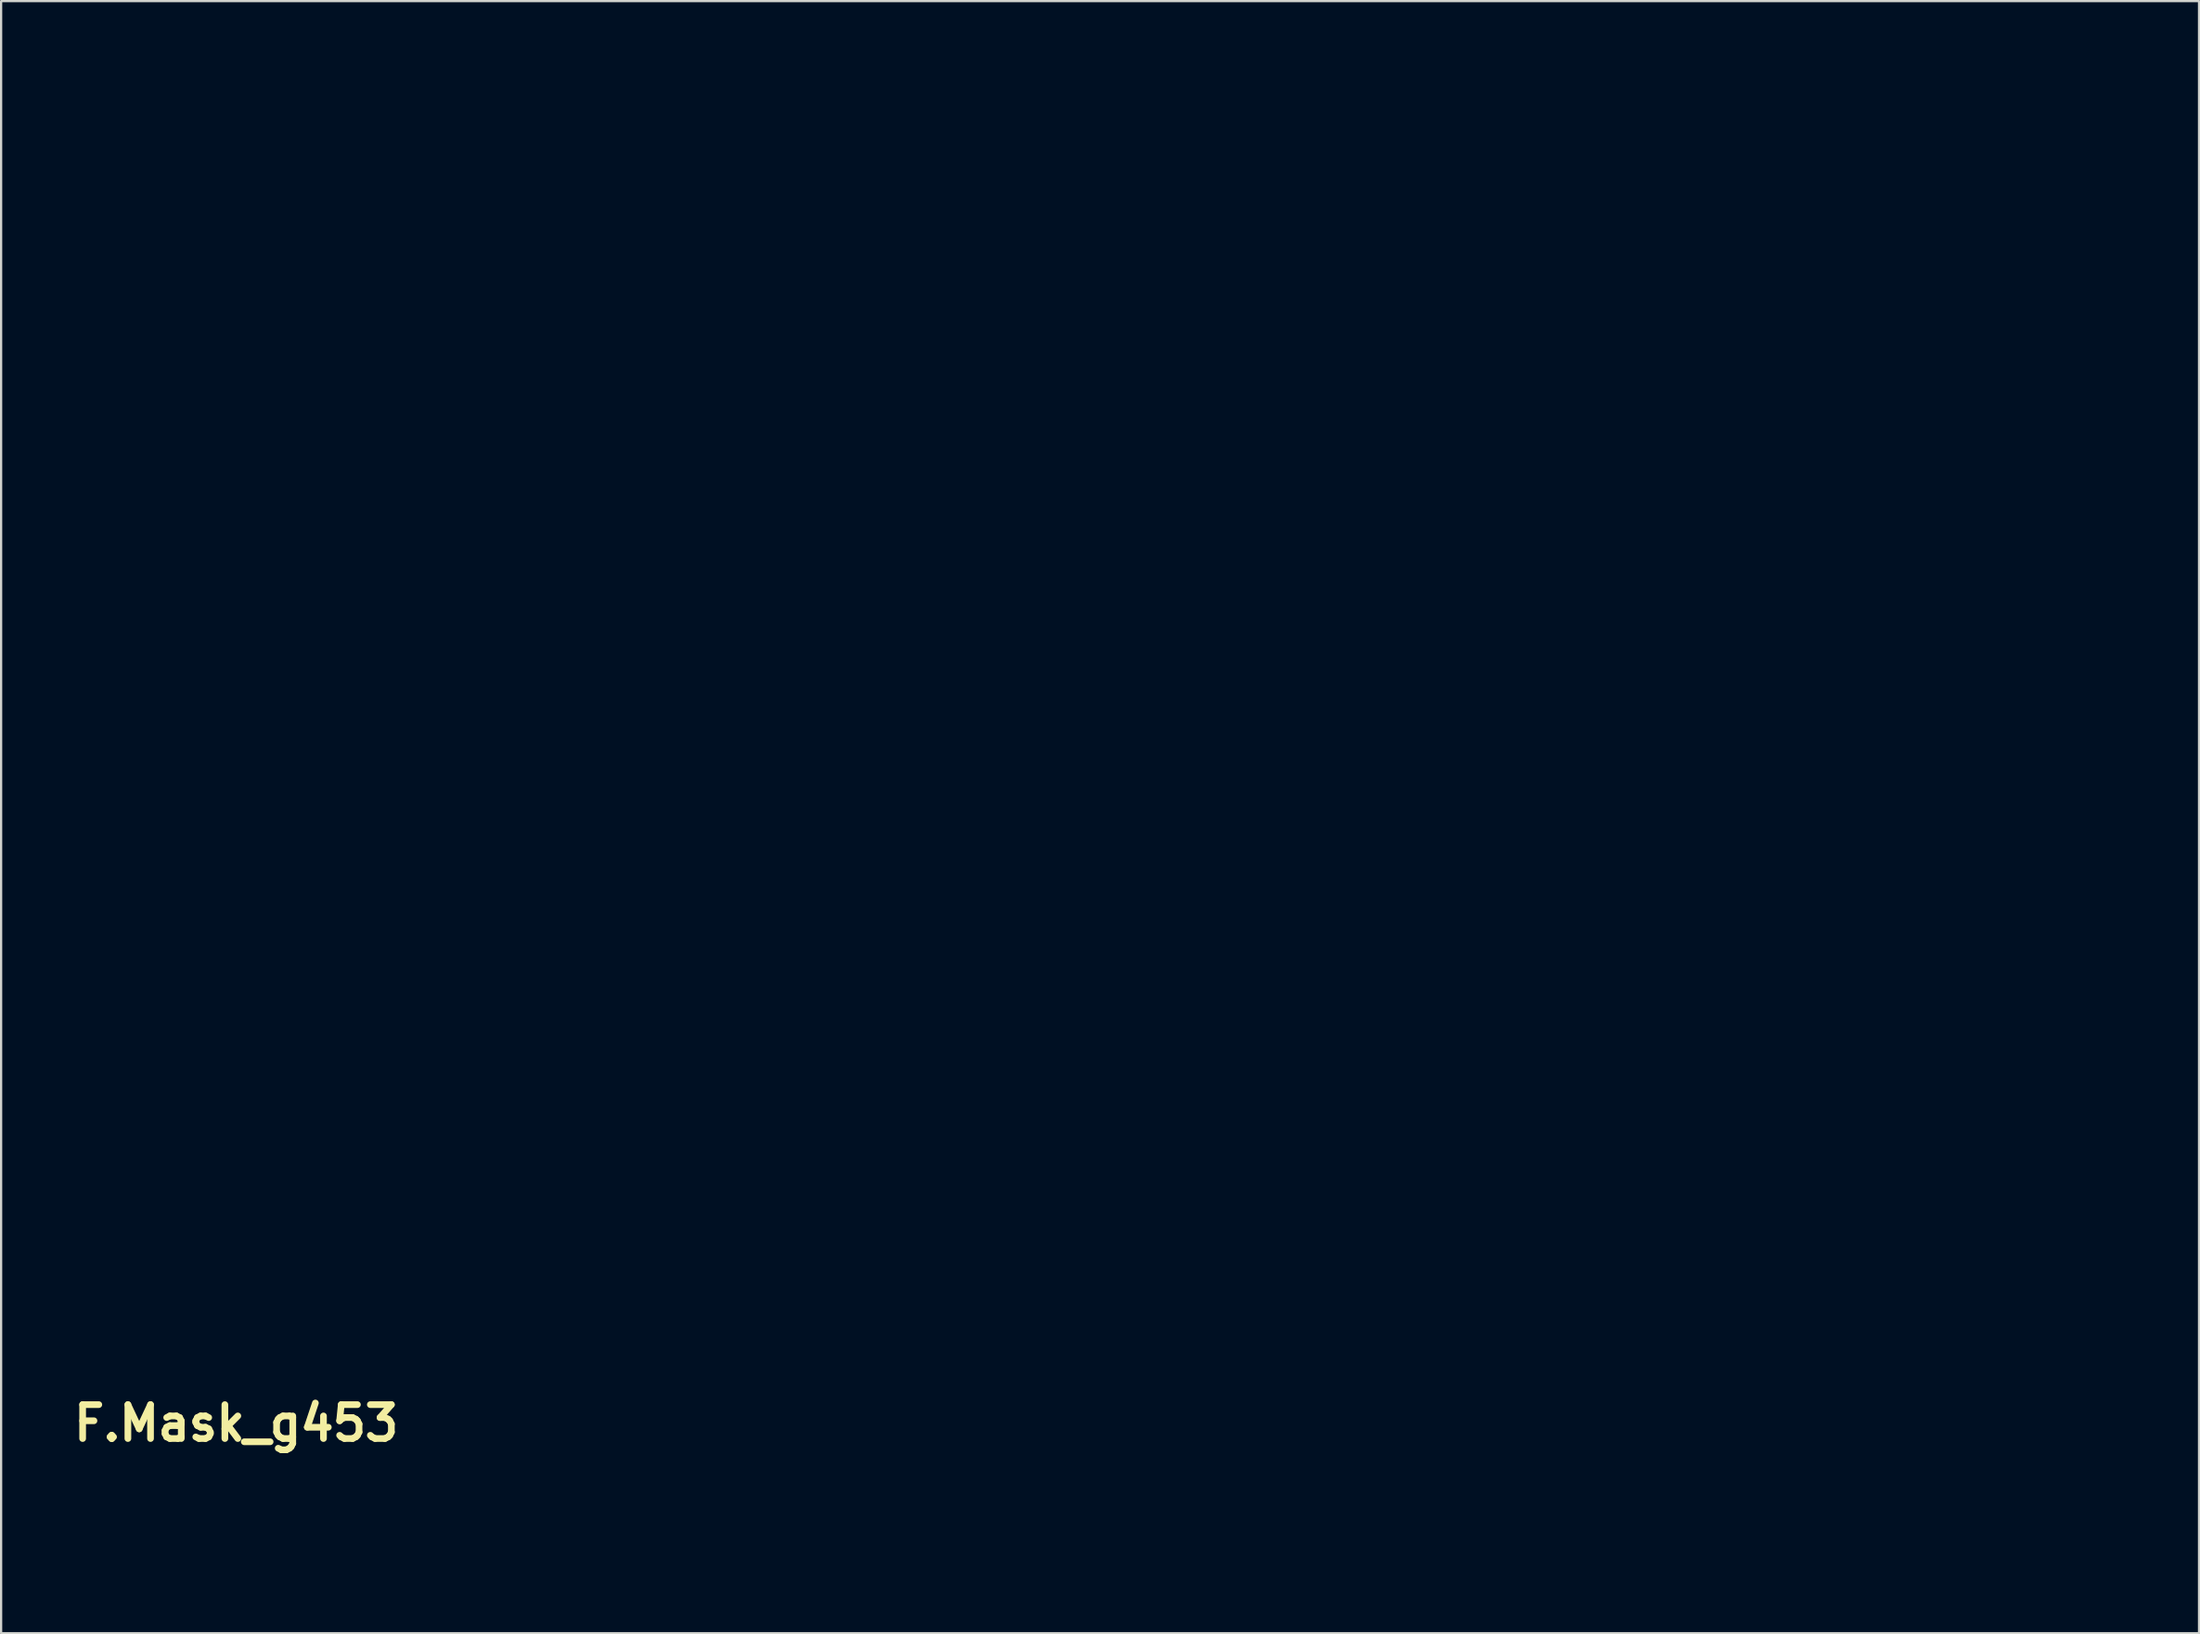
<source format=kicad_pcb>
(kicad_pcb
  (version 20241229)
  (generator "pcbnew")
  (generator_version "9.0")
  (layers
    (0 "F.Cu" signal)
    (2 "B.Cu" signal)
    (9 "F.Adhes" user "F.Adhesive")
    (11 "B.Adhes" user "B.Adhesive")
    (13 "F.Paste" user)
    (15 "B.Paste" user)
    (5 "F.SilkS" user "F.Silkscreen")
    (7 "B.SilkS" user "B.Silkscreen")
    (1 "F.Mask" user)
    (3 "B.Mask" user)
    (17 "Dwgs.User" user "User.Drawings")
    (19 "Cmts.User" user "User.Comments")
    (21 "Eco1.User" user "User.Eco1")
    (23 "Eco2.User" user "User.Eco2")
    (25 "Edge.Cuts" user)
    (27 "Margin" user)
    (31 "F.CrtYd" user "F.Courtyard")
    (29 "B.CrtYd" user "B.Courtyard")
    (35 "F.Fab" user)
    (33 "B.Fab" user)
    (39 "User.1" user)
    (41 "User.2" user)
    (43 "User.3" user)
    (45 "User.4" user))
  (footprint "F.Mask_g453"
    (layer "F.Cu")
    (at 7.555 60.888)
    (property "Reference" "F.Mask_g453" (at 0 0 0) (layer "F.SilkS") (effects (font (size 1.524 1.524) (thickness 0.3))))
    (attr through_hole)
    (fp_poly (pts (xy 70.93 -40.566) (xy 70.919 -40.555) (xy 70.908 -40.566) (xy 70.919 -40.577) (xy 70.93 -40.566)) (stroke (width 0.01) (type solid)) (fill yes) (layer "F.Mask"))
    (fp_poly (pts (xy 42.873 1.213) (xy 43.188 1.252) (xy 43.48 1.325) (xy 43.775 1.439) (xy 44.054 1.59) (xy 44.314 1.773) (xy 44.55 1.985) (xy 44.759 2.222) (xy 44.938 2.482) (xy 45.084 2.76) (xy 45.192 3.053) (xy 45.198 3.072) (xy 45.254 3.321) (xy 45.287 3.59) (xy 45.297 3.864) (xy 45.283 4.129) (xy 45.264 4.268) (xy 45.189 4.584) (xy 45.074 4.888) (xy 44.923 5.176) (xy 44.738 5.443) (xy 44.521 5.687) (xy 44.275 5.902) (xy 44.249 5.922) (xy 44.14 5.996) (xy 44.005 6.075) (xy 43.856 6.153) (xy 43.705 6.225) (xy 43.563 6.285) (xy 43.443 6.326) (xy 43.434 6.329) (xy 43.15 6.391) (xy 42.856 6.425) (xy 42.565 6.43) (xy 42.338 6.412) (xy 42.023 6.35) (xy 41.721 6.25) (xy 41.435 6.114) (xy 41.167 5.944) (xy 40.922 5.743) (xy 40.702 5.515) (xy 40.51 5.261) (xy 40.35 4.984) (xy 40.225 4.687) (xy 40.2 4.614) (xy 40.148 4.431) (xy 40.112 4.261) (xy 40.091 4.089) (xy 40.082 3.897) (xy 40.081 3.81) (xy 40.102 3.476) (xy 40.162 3.154) (xy 40.261 2.847) (xy 40.397 2.556) (xy 40.569 2.285) (xy 40.775 2.036) (xy 41.015 1.811) (xy 41.286 1.612) (xy 41.363 1.564) (xy 41.637 1.423) (xy 41.931 1.317) (xy 42.239 1.247) (xy 42.555 1.212) (xy 42.873 1.213)) (stroke (width 0.01) (type solid)) (fill yes) (layer "F.Mask"))
    (fp_poly (pts (xy 69.704 -44.791) (xy 69.824 -44.72) (xy 69.979 -44.641) (xy 70.163 -44.557) (xy 70.372 -44.47) (xy 70.598 -44.383) (xy 70.836 -44.297) (xy 71.08 -44.216) (xy 71.251 -44.164) (xy 71.567 -44.07) (xy 71.959 -44.179) (xy 72.352 -44.288) (xy 72.749 -44.178) (xy 73.145 -44.069) (xy 73.482 -44.174) (xy 73.818 -44.281) (xy 74.119 -44.386) (xy 74.384 -44.486) (xy 74.611 -44.583) (xy 74.799 -44.674) (xy 74.938 -44.754) (xy 75 -44.792) (xy 75.046 -44.819) (xy 75.067 -44.827) (xy 75.068 -44.827) (xy 75.068 -44.804) (xy 75.066 -44.749) (xy 75.06 -44.671) (xy 75.054 -44.612) (xy 75.027 -44.396) (xy 74.985 -44.175) (xy 74.932 -43.965) (xy 74.899 -43.858) (xy 74.875 -43.787) (xy 74.86 -43.734) (xy 74.855 -43.71) (xy 74.855 -43.709) (xy 74.871 -43.727) (xy 74.9 -43.774) (xy 74.936 -43.842) (xy 74.976 -43.921) (xy 75.014 -44.002) (xy 75.045 -44.075) (xy 75.059 -44.11) (xy 75.087 -44.184) (xy 75.106 -44.22) (xy 75.113 -44.218) (xy 75.11 -44.182) (xy 75.097 -44.111) (xy 75.073 -44.009) (xy 75.047 -43.909) (xy 74.943 -43.562) (xy 74.825 -43.254) (xy 74.691 -42.986) (xy 74.543 -42.756) (xy 74.381 -42.566) (xy 74.363 -42.549) (xy 74.235 -42.438) (xy 74.072 -42.316) (xy 73.877 -42.186) (xy 73.655 -42.051) (xy 73.411 -41.914) (xy 73.148 -41.776) (xy 73.004 -41.705) (xy 72.896 -41.653) (xy 72.783 -41.6) (xy 72.67 -41.547) (xy 72.564 -41.499) (xy 72.471 -41.457) (xy 72.399 -41.425) (xy 72.354 -41.407) (xy 72.341 -41.403) (xy 72.322 -41.412) (xy 72.27 -41.436) (xy 72.192 -41.473) (xy 72.094 -41.519) (xy 71.988 -41.569) (xy 71.648 -41.732) (xy 71.347 -41.886) (xy 71.081 -42.031) (xy 70.85 -42.169) (xy 70.65 -42.302) (xy 70.48 -42.431) (xy 70.337 -42.557) (xy 70.218 -42.683) (xy 70.123 -42.809) (xy 70.117 -42.818) (xy 69.986 -43.04) (xy 69.865 -43.294) (xy 69.758 -43.569) (xy 69.724 -43.677) (xy 74.824 -43.677) (xy 74.835 -43.667) (xy 74.845 -43.677) (xy 74.835 -43.688) (xy 74.824 -43.677) (xy 69.724 -43.677) (xy 69.668 -43.855) (xy 69.609 -44.098) (xy 69.595 -44.177) (xy 69.592 -44.215) (xy 69.601 -44.213) (xy 69.622 -44.17) (xy 69.654 -44.087) (xy 69.657 -44.08) (xy 69.682 -44.02) (xy 69.716 -43.946) (xy 69.755 -43.867) (xy 69.793 -43.793) (xy 69.826 -43.732) (xy 69.85 -43.695) (xy 69.857 -43.688) (xy 69.854 -43.707) (xy 69.839 -43.756) (xy 69.817 -43.829) (xy 69.803 -43.87) (xy 69.741 -44.089) (xy 69.69 -44.324) (xy 69.656 -44.552) (xy 69.646 -44.651) (xy 69.631 -44.84) (xy 69.704 -44.791)) (stroke (width 0.01) (type solid)) (fill yes) (layer "F.Mask"))
    (fp_poly (pts (xy 72.747 -60.876) (xy 72.96 -60.861) (xy 73.188 -60.839) (xy 73.438 -60.809) (xy 73.715 -60.772) (xy 73.978 -60.735) (xy 74.892 -60.588) (xy 75.826 -60.405) (xy 76.775 -60.19) (xy 77.736 -59.942) (xy 78.704 -59.663) (xy 79.675 -59.355) (xy 80.646 -59.018) (xy 81.614 -58.654) (xy 82.573 -58.263) (xy 83.52 -57.847) (xy 83.714 -57.758) (xy 83.88 -57.681) (xy 84.05 -57.6) (xy 84.22 -57.518) (xy 84.385 -57.438) (xy 84.54 -57.361) (xy 84.682 -57.29) (xy 84.804 -57.227) (xy 84.904 -57.174) (xy 84.976 -57.134) (xy 85.016 -57.109) (xy 85.021 -57.104) (xy 85.038 -57.062) (xy 85.055 -56.983) (xy 85.07 -56.871) (xy 85.084 -56.731) (xy 85.097 -56.568) (xy 85.108 -56.386) (xy 85.117 -56.191) (xy 85.123 -55.986) (xy 85.127 -55.777) (xy 85.128 -55.568) (xy 85.125 -55.364) (xy 85.124 -55.298) (xy 85.08 -54.413) (xy 84.994 -53.524) (xy 84.868 -52.632) (xy 84.701 -51.739) (xy 84.494 -50.845) (xy 84.247 -49.953) (xy 83.962 -49.064) (xy 83.637 -48.178) (xy 83.275 -47.297) (xy 82.875 -46.423) (xy 82.438 -45.557) (xy 81.965 -44.7) (xy 81.455 -43.854) (xy 80.91 -43.019) (xy 80.33 -42.197) (xy 80.14 -41.942) (xy 79.459 -41.069) (xy 78.738 -40.211) (xy 77.979 -39.37) (xy 77.18 -38.545) (xy 76.343 -37.736) (xy 75.467 -36.943) (xy 74.553 -36.167) (xy 73.6 -35.408) (xy 73.438 -35.283) (xy 73.22 -35.117) (xy 73.026 -34.971) (xy 72.857 -34.846) (xy 72.714 -34.743) (xy 72.6 -34.662) (xy 72.514 -34.605) (xy 72.459 -34.573) (xy 72.438 -34.565) (xy 72.413 -34.578) (xy 72.358 -34.613) (xy 72.278 -34.668) (xy 72.176 -34.74) (xy 72.056 -34.826) (xy 71.923 -34.923) (xy 71.786 -35.026) (xy 70.858 -35.741) (xy 69.97 -36.466) (xy 69.121 -37.203) (xy 68.308 -37.951) (xy 67.531 -38.713) (xy 66.787 -39.491) (xy 66.076 -40.285) (xy 65.98 -40.397) (xy 65.306 -41.21) (xy 64.668 -42.038) (xy 64.067 -42.877) (xy 63.504 -43.729) (xy 62.978 -44.591) (xy 62.49 -45.462) (xy 62.041 -46.343) (xy 61.631 -47.233) (xy 61.26 -48.129) (xy 60.928 -49.032) (xy 60.637 -49.94) (xy 60.386 -50.853) (xy 60.175 -51.77) (xy 60.006 -52.69) (xy 59.878 -53.612) (xy 59.792 -54.535) (xy 59.772 -54.853) (xy 59.762 -55.094) (xy 59.757 -55.353) (xy 59.756 -55.533) (xy 60.246 -55.533) (xy 60.247 -55.337) (xy 60.249 -55.154) (xy 60.252 -54.99) (xy 60.258 -54.853) (xy 60.259 -54.822) (xy 60.332 -53.912) (xy 60.447 -53.002) (xy 60.603 -52.092) (xy 60.802 -51.184) (xy 61.041 -50.278) (xy 61.322 -49.375) (xy 61.644 -48.477) (xy 62.006 -47.583) (xy 62.409 -46.694) (xy 62.654 -46.196) (xy 63.128 -45.302) (xy 63.639 -44.423) (xy 64.188 -43.559) (xy 64.774 -42.708) (xy 65.398 -41.87) (xy 66.061 -41.045) (xy 66.763 -40.232) (xy 67.504 -39.431) (xy 68.285 -38.641) (xy 69.106 -37.862) (xy 69.969 -37.092) (xy 70.136 -36.948) (xy 70.253 -36.849) (xy 70.388 -36.737) (xy 70.538 -36.614) (xy 70.7 -36.482) (xy 70.871 -36.344) (xy 71.048 -36.202) (xy 71.226 -36.06) (xy 71.404 -35.919) (xy 71.578 -35.783) (xy 71.744 -35.653) (xy 71.9 -35.532) (xy 72.043 -35.422) (xy 72.168 -35.327) (xy 72.274 -35.248) (xy 72.356 -35.189) (xy 72.412 -35.151) (xy 72.439 -35.137) (xy 72.439 -35.137) (xy 72.459 -35.149) (xy 72.509 -35.184) (xy 72.584 -35.238) (xy 72.68 -35.308) (xy 72.792 -35.391) (xy 72.916 -35.485) (xy 72.957 -35.516) (xy 73.904 -36.253) (xy 74.813 -37.006) (xy 75.683 -37.774) (xy 76.515 -38.557) (xy 77.308 -39.354) (xy 78.063 -40.167) (xy 78.779 -40.993) (xy 79.455 -41.834) (xy 80.093 -42.688) (xy 80.691 -43.556) (xy 81.249 -44.438) (xy 81.768 -45.333) (xy 82.247 -46.241) (xy 82.686 -47.162) (xy 83.085 -48.095) (xy 83.443 -49.041) (xy 83.472 -49.12) (xy 83.709 -49.839) (xy 83.922 -50.569) (xy 84.109 -51.305) (xy 84.269 -52.043) (xy 84.401 -52.779) (xy 84.505 -53.507) (xy 84.58 -54.223) (xy 84.626 -54.923) (xy 84.641 -55.602) (xy 84.636 -55.944) (xy 84.631 -56.105) (xy 84.626 -56.259) (xy 84.621 -56.4) (xy 84.616 -56.519) (xy 84.611 -56.61) (xy 84.607 -56.663) (xy 84.593 -56.801) (xy 84.296 -56.953) (xy 83.932 -57.135) (xy 83.531 -57.324) (xy 83.102 -57.519) (xy 82.647 -57.717) (xy 82.175 -57.916) (xy 81.69 -58.113) (xy 81.197 -58.306) (xy 80.704 -58.493) (xy 80.214 -58.671) (xy 79.735 -58.839) (xy 79.386 -58.956) (xy 78.474 -59.243) (xy 77.569 -59.502) (xy 76.675 -59.733) (xy 75.795 -59.934) (xy 74.93 -60.106) (xy 74.086 -60.247) (xy 73.265 -60.357) (xy 72.847 -60.402) (xy 72.719 -60.413) (xy 72.601 -60.421) (xy 72.486 -60.425) (xy 72.369 -60.424) (xy 72.244 -60.419) (xy 72.105 -60.41) (xy 71.946 -60.395) (xy 71.761 -60.374) (xy 71.545 -60.348) (xy 71.369 -60.325) (xy 70.517 -60.201) (xy 69.643 -60.045) (xy 68.752 -59.857) (xy 67.848 -59.64) (xy 66.935 -59.394) (xy 66.017 -59.121) (xy 65.099 -58.822) (xy 64.184 -58.498) (xy 63.276 -58.151) (xy 62.381 -57.783) (xy 61.501 -57.393) (xy 60.682 -57.004) (xy 60.288 -56.811) (xy 60.275 -56.689) (xy 60.267 -56.596) (xy 60.261 -56.467) (xy 60.256 -56.31) (xy 60.251 -56.131) (xy 60.248 -55.937) (xy 60.246 -55.736) (xy 60.246 -55.533) (xy 59.756 -55.533) (xy 59.756 -55.623) (xy 59.759 -55.896) (xy 59.767 -56.164) (xy 59.778 -56.42) (xy 59.793 -56.655) (xy 59.811 -56.863) (xy 59.83 -57.019) (xy 59.843 -57.11) (xy 60.365 -57.371) (xy 61.18 -57.764) (xy 62.021 -58.141) (xy 62.882 -58.501) (xy 63.759 -58.843) (xy 64.646 -59.164) (xy 65.54 -59.463) (xy 66.436 -59.739) (xy 67.328 -59.99) (xy 68.213 -60.215) (xy 69.085 -60.412) (xy 69.939 -60.579) (xy 70.772 -60.716) (xy 70.834 -60.725) (xy 71.153 -60.77) (xy 71.436 -60.808) (xy 71.69 -60.838) (xy 71.922 -60.86) (xy 72.137 -60.876) (xy 72.342 -60.883) (xy 72.543 -60.883) (xy 72.747 -60.876)) (stroke (width 0.01) (type solid)) (fill yes) (layer "F.Mask"))
    (fp_poly (pts (xy 75.39 -55.864) (xy 75.442 -55.815) (xy 75.517 -55.734) (xy 75.583 -55.661) (xy 75.833 -55.362) (xy 76.041 -55.069) (xy 76.207 -54.783) (xy 76.332 -54.504) (xy 76.415 -54.231) (xy 76.435 -54.131) (xy 76.444 -54.047) (xy 76.45 -53.934) (xy 76.451 -53.808) (xy 76.449 -53.725) (xy 76.442 -53.591) (xy 76.431 -53.486) (xy 76.414 -53.394) (xy 76.389 -53.301) (xy 76.381 -53.276) (xy 76.286 -53.038) (xy 76.157 -52.801) (xy 76.002 -52.58) (xy 75.902 -52.462) (xy 75.824 -52.377) (xy 76.066 -52.112) (xy 76.427 -51.692) (xy 76.747 -51.262) (xy 77.027 -50.821) (xy 77.267 -50.369) (xy 77.47 -49.902) (xy 77.635 -49.419) (xy 77.763 -48.918) (xy 77.85 -48.433) (xy 77.869 -48.282) (xy 77.887 -48.099) (xy 77.902 -47.893) (xy 77.916 -47.674) (xy 77.926 -47.452) (xy 77.933 -47.236) (xy 77.935 -47.037) (xy 77.935 -47.032) (xy 77.936 -46.918) (xy 77.94 -46.833) (xy 77.949 -46.763) (xy 77.965 -46.696) (xy 77.99 -46.617) (xy 78.012 -46.556) (xy 78.174 -46.067) (xy 78.3 -45.595) (xy 78.394 -45.135) (xy 78.454 -44.681) (xy 78.482 -44.228) (xy 78.485 -44.027) (xy 78.481 -43.767) (xy 78.47 -43.54) (xy 78.448 -43.339) (xy 78.416 -43.156) (xy 78.37 -42.982) (xy 78.31 -42.809) (xy 78.234 -42.629) (xy 78.177 -42.508) (xy 78.116 -42.376) (xy 78.057 -42.235) (xy 78.008 -42.103) (xy 77.978 -42.008) (xy 77.831 -41.56) (xy 77.651 -41.137) (xy 77.437 -40.739) (xy 77.188 -40.365) (xy 76.904 -40.014) (xy 76.751 -39.849) (xy 76.498 -39.603) (xy 76.232 -39.375) (xy 75.947 -39.161) (xy 75.639 -38.956) (xy 75.301 -38.757) (xy 74.928 -38.56) (xy 74.814 -38.503) (xy 74.543 -38.371) (xy 74.308 -38.256) (xy 74.105 -38.155) (xy 73.931 -38.069) (xy 73.782 -37.995) (xy 73.656 -37.931) (xy 73.55 -37.876) (xy 73.46 -37.828) (xy 73.383 -37.786) (xy 73.317 -37.749) (xy 73.258 -37.713) (xy 73.203 -37.679) (xy 73.149 -37.644) (xy 73.134 -37.634) (xy 72.908 -37.471) (xy 72.72 -37.305) (xy 72.571 -37.137) (xy 72.461 -36.97) (xy 72.392 -36.804) (xy 72.372 -36.712) (xy 72.355 -36.608) (xy 72.328 -36.735) (xy 72.284 -36.881) (xy 72.215 -37.019) (xy 72.116 -37.156) (xy 71.988 -37.296) (xy 71.871 -37.406) (xy 71.743 -37.511) (xy 71.6 -37.615) (xy 71.437 -37.721) (xy 71.251 -37.83) (xy 71.037 -37.945) (xy 70.79 -38.069) (xy 70.549 -38.186) (xy 70.274 -38.316) (xy 70.034 -38.433) (xy 69.823 -38.537) (xy 69.637 -38.632) (xy 69.472 -38.72) (xy 69.321 -38.804) (xy 69.181 -38.885) (xy 69.047 -38.968) (xy 68.915 -39.053) (xy 68.887 -39.071) (xy 68.495 -39.354) (xy 68.139 -39.659) (xy 67.819 -39.987) (xy 67.533 -40.34) (xy 67.424 -40.503) (xy 70.972 -40.503) (xy 70.988 -40.488) (xy 71.032 -40.45) (xy 71.103 -40.391) (xy 71.194 -40.315) (xy 71.304 -40.224) (xy 71.428 -40.121) (xy 71.547 -40.023) (xy 71.755 -39.854) (xy 71.932 -39.713) (xy 72.078 -39.601) (xy 72.194 -39.518) (xy 72.28 -39.463) (xy 72.335 -39.436) (xy 72.342 -39.434) (xy 72.345 -39.453) (xy 72.347 -39.503) (xy 72.348 -39.559) (xy 72.348 -39.684) (xy 72.081 -39.825) (xy 71.787 -39.987) (xy 71.51 -40.152) (xy 71.23 -40.334) (xy 71.199 -40.355) (xy 71.115 -40.412) (xy 71.044 -40.458) (xy 70.995 -40.49) (xy 70.972 -40.503) (xy 70.972 -40.503) (xy 67.424 -40.503) (xy 67.281 -40.717) (xy 67.064 -41.118) (xy 66.88 -41.545) (xy 66.738 -41.969) (xy 66.664 -42.19) (xy 66.571 -42.417) (xy 66.518 -42.53) (xy 66.436 -42.705) (xy 66.37 -42.868) (xy 66.319 -43.028) (xy 66.28 -43.19) (xy 66.252 -43.365) (xy 66.234 -43.558) (xy 66.224 -43.778) (xy 66.221 -44.027) (xy 66.225 -44.192) (xy 69.029 -44.192) (xy 69.03 -44.049) (xy 69.034 -43.921) (xy 69.04 -43.818) (xy 69.044 -43.782) (xy 69.117 -43.352) (xy 69.232 -42.932) (xy 69.387 -42.521) (xy 69.584 -42.119) (xy 69.822 -41.725) (xy 70.029 -41.434) (xy 70.158 -41.269) (xy 70.28 -41.13) (xy 70.405 -41.003) (xy 70.546 -40.876) (xy 70.676 -40.768) (xy 70.757 -40.702) (xy 70.824 -40.644) (xy 70.871 -40.601) (xy 70.893 -40.577) (xy 70.893 -40.575) (xy 70.904 -40.551) (xy 70.924 -40.531) (xy 70.948 -40.513) (xy 70.946 -40.524) (xy 70.941 -40.532) (xy 70.934 -40.546) (xy 70.935 -40.552) (xy 70.95 -40.546) (xy 70.983 -40.528) (xy 71.037 -40.493) (xy 71.117 -40.44) (xy 71.228 -40.366) (xy 71.247 -40.352) (xy 71.634 -40.105) (xy 72.013 -39.889) (xy 72.17 -39.808) (xy 72.363 -39.711) (xy 72.657 -39.87) (xy 72.816 -39.957) (xy 72.949 -40.031) (xy 73.064 -40.099) (xy 73.174 -40.166) (xy 73.288 -40.238) (xy 73.416 -40.323) (xy 73.424 -40.328) (xy 73.508 -40.383) (xy 73.578 -40.427) (xy 73.628 -40.456) (xy 73.651 -40.465) (xy 73.652 -40.465) (xy 73.641 -40.448) (xy 73.598 -40.414) (xy 73.528 -40.365) (xy 73.436 -40.304) (xy 73.326 -40.235) (xy 73.204 -40.16) (xy 73.075 -40.082) (xy 72.943 -40.005) (xy 72.814 -39.931) (xy 72.692 -39.863) (xy 72.583 -39.805) (xy 72.512 -39.769) (xy 72.369 -39.7) (xy 72.369 -39.433) (xy 72.459 -39.478) (xy 72.496 -39.503) (xy 72.562 -39.55) (xy 72.651 -39.618) (xy 72.759 -39.702) (xy 72.882 -39.8) (xy 73.014 -39.907) (xy 73.116 -39.989) (xy 73.248 -40.098) (xy 73.369 -40.199) (xy 73.474 -40.288) (xy 73.561 -40.362) (xy 73.573 -40.373) (xy 74.479 -40.373) (xy 74.484 -40.366) (xy 74.505 -40.372) (xy 74.526 -40.38) (xy 74.592 -40.419) (xy 74.681 -40.491) (xy 74.788 -40.596) (xy 74.798 -40.606) (xy 75.084 -40.927) (xy 75.343 -41.269) (xy 75.578 -41.637) (xy 75.778 -42.005) (xy 75.971 -42.432) (xy 76.123 -42.863) (xy 76.232 -43.297) (xy 76.3 -43.737) (xy 76.326 -44.182) (xy 76.326 -44.253) (xy 76.326 -44.371) (xy 76.323 -44.454) (xy 76.318 -44.511) (xy 76.31 -44.55) (xy 76.296 -44.579) (xy 76.276 -44.606) (xy 76.273 -44.609) (xy 76.221 -44.672) (xy 76.221 -44.287) (xy 76.207 -43.869) (xy 76.162 -43.471) (xy 76.084 -43.086) (xy 75.973 -42.707) (xy 75.826 -42.326) (xy 75.67 -41.991) (xy 75.435 -41.568) (xy 75.165 -41.168) (xy 74.864 -40.794) (xy 74.68 -40.593) (xy 74.591 -40.502) (xy 74.53 -40.437) (xy 74.494 -40.396) (xy 74.479 -40.373) (xy 73.573 -40.373) (xy 73.625 -40.419) (xy 73.663 -40.454) (xy 73.672 -40.466) (xy 73.673 -40.489) (xy 73.695 -40.517) (xy 73.724 -40.534) (xy 73.729 -40.534) (xy 73.734 -40.521) (xy 73.721 -40.497) (xy 73.703 -40.472) (xy 73.713 -40.477) (xy 73.729 -40.489) (xy 73.754 -40.518) (xy 73.755 -40.534) (xy 73.759 -40.559) (xy 73.787 -40.582) (xy 73.82 -40.589) (xy 73.832 -40.586) (xy 73.847 -40.582) (xy 73.843 -40.592) (xy 73.852 -40.615) (xy 73.888 -40.653) (xy 73.944 -40.7) (xy 73.95 -40.705) (xy 74.178 -40.891) (xy 74.389 -41.095) (xy 74.588 -41.321) (xy 74.783 -41.579) (xy 74.9 -41.751) (xy 75.135 -42.142) (xy 75.327 -42.538) (xy 75.478 -42.94) (xy 75.588 -43.349) (xy 75.656 -43.765) (xy 75.683 -44.189) (xy 75.67 -44.62) (xy 75.644 -44.969) (xy 75.511 -45.127) (xy 75.326 -45.335) (xy 75.106 -45.555) (xy 74.859 -45.781) (xy 74.589 -46.009) (xy 74.302 -46.235) (xy 74.003 -46.454) (xy 73.787 -46.602) (xy 73.671 -46.679) (xy 73.539 -46.763) (xy 73.396 -46.853) (xy 73.246 -46.945) (xy 73.094 -47.037) (xy 72.944 -47.127) (xy 72.801 -47.212) (xy 72.669 -47.289) (xy 72.552 -47.355) (xy 72.456 -47.409) (xy 72.418 -47.428) (xy 73.624 -47.428) (xy 73.629 -47.421) (xy 73.658 -47.4) (xy 73.713 -47.363) (xy 73.799 -47.308) (xy 73.872 -47.261) (xy 74.312 -46.964) (xy 74.729 -46.653) (xy 75.117 -46.332) (xy 75.469 -46.007) (xy 75.513 -45.964) (xy 75.8 -45.663) (xy 76.049 -45.371) (xy 76.261 -45.084) (xy 76.44 -44.8) (xy 76.588 -44.514) (xy 76.666 -44.334) (xy 76.709 -44.23) (xy 76.76 -44.111) (xy 76.81 -44.002) (xy 76.816 -43.991) (xy 76.852 -43.912) (xy 76.881 -43.845) (xy 76.897 -43.801) (xy 76.898 -43.792) (xy 76.905 -43.775) (xy 76.91 -43.777) (xy 76.912 -43.802) (xy 76.904 -43.856) (xy 76.89 -43.924) (xy 76.804 -44.214) (xy 76.677 -44.512) (xy 76.512 -44.815) (xy 76.311 -45.122) (xy 76.074 -45.431) (xy 75.804 -45.739) (xy 75.502 -46.045) (xy 75.169 -46.347) (xy 74.807 -46.643) (xy 74.687 -46.735) (xy 74.589 -46.807) (xy 74.476 -46.888) (xy 74.351 -46.974) (xy 74.222 -47.063) (xy 74.094 -47.149) (xy 73.973 -47.229) (xy 73.863 -47.3) (xy 73.772 -47.357) (xy 73.705 -47.396) (xy 73.67 -47.413) (xy 73.639 -47.425) (xy 73.624 -47.428) (xy 72.418 -47.428) (xy 72.384 -47.446) (xy 72.341 -47.465) (xy 72.331 -47.467) (xy 72.298 -47.45) (xy 72.234 -47.414) (xy 72.145 -47.361) (xy 72.034 -47.294) (xy 71.908 -47.218) (xy 71.77 -47.134) (xy 71.626 -47.045) (xy 71.481 -46.956) (xy 71.34 -46.868) (xy 71.208 -46.785) (xy 71.09 -46.709) (xy 70.99 -46.645) (xy 70.951 -46.619) (xy 70.572 -46.359) (xy 70.23 -46.103) (xy 69.919 -45.847) (xy 69.633 -45.587) (xy 69.532 -45.488) (xy 69.391 -45.344) (xy 69.279 -45.225) (xy 69.193 -45.128) (xy 69.131 -45.048) (xy 69.089 -44.984) (xy 69.067 -44.931) (xy 69.064 -44.922) (xy 69.054 -44.857) (xy 69.045 -44.759) (xy 69.038 -44.635) (xy 69.033 -44.494) (xy 69.03 -44.343) (xy 69.029 -44.192) (xy 66.225 -44.192) (xy 66.231 -44.411) (xy 66.261 -44.785) (xy 66.313 -45.156) (xy 66.389 -45.533) (xy 66.491 -45.925) (xy 66.619 -46.339) (xy 66.633 -46.381) (xy 66.759 -46.757) (xy 66.78 -47.387) (xy 66.786 -47.557) (xy 66.793 -47.724) (xy 66.801 -47.879) (xy 66.808 -48.015) (xy 66.816 -48.125) (xy 66.822 -48.2) (xy 66.823 -48.207) (xy 66.904 -48.735) (xy 67.024 -49.251) (xy 67.181 -49.752) (xy 67.33 -50.133) (xy 67.515 -50.524) (xy 67.736 -50.916) (xy 67.988 -51.303) (xy 68.264 -51.675) (xy 68.559 -52.025) (xy 68.675 -52.15) (xy 68.88 -52.366) (xy 68.781 -52.477) (xy 68.621 -52.679) (xy 68.481 -52.904) (xy 68.369 -53.139) (xy 68.288 -53.375) (xy 68.269 -53.456) (xy 68.249 -53.603) (xy 68.243 -53.775) (xy 68.25 -53.958) (xy 68.27 -54.138) (xy 68.302 -54.3) (xy 68.314 -54.345) (xy 68.42 -54.632) (xy 68.565 -54.921) (xy 68.75 -55.21) (xy 68.965 -55.488) (xy 69.041 -55.576) (xy 69.117 -55.661) (xy 69.19 -55.738) (xy 69.253 -55.803) (xy 69.303 -55.85) (xy 69.334 -55.874) (xy 69.342 -55.873) (xy 69.333 -55.847) (xy 69.31 -55.796) (xy 69.291 -55.758) (xy 69.263 -55.695) (xy 69.227 -55.605) (xy 69.189 -55.503) (xy 69.166 -55.435) (xy 69.073 -55.108) (xy 69.02 -54.791) (xy 69.007 -54.486) (xy 69.033 -54.193) (xy 69.099 -53.913) (xy 69.204 -53.648) (xy 69.301 -53.472) (xy 69.381 -53.355) (xy 69.481 -53.228) (xy 69.593 -53.103) (xy 69.705 -52.991) (xy 69.808 -52.901) (xy 69.828 -52.886) (xy 69.93 -52.811) (xy 70.42 -52.811) (xy 70.627 -52.944) (xy 70.92 -53.125) (xy 71.227 -53.299) (xy 71.538 -53.461) (xy 71.842 -53.606) (xy 72.128 -53.727) (xy 72.141 -53.732) (xy 72.347 -53.812) (xy 72.543 -53.74) (xy 72.657 -53.695) (xy 72.799 -53.631) (xy 72.963 -53.554) (xy 73.141 -53.466) (xy 73.325 -53.373) (xy 73.508 -53.276) (xy 73.682 -53.182) (xy 73.839 -53.092) (xy 73.973 -53.012) (xy 73.981 -53.006) (xy 74.292 -52.811) (xy 74.78 -52.811) (xy 74.902 -52.914) (xy 75.132 -53.13) (xy 75.322 -53.36) (xy 75.472 -53.604) (xy 75.582 -53.864) (xy 75.654 -54.14) (xy 75.686 -54.432) (xy 75.685 -54.672) (xy 75.658 -54.924) (xy 75.607 -55.183) (xy 75.535 -55.435) (xy 75.447 -55.667) (xy 75.404 -55.758) (xy 75.37 -55.828) (xy 75.356 -55.87) (xy 75.362 -55.882) (xy 75.39 -55.864)) (stroke (width 0.01) (type solid)) (fill yes) (layer "F.Mask")))
  (gr_rect
    (start -3 -3)
    (end 95.687 70.323)
    (stroke (width 0.1) (type default))
    (fill no)
    (layer "Edge.Cuts")))
</source>
